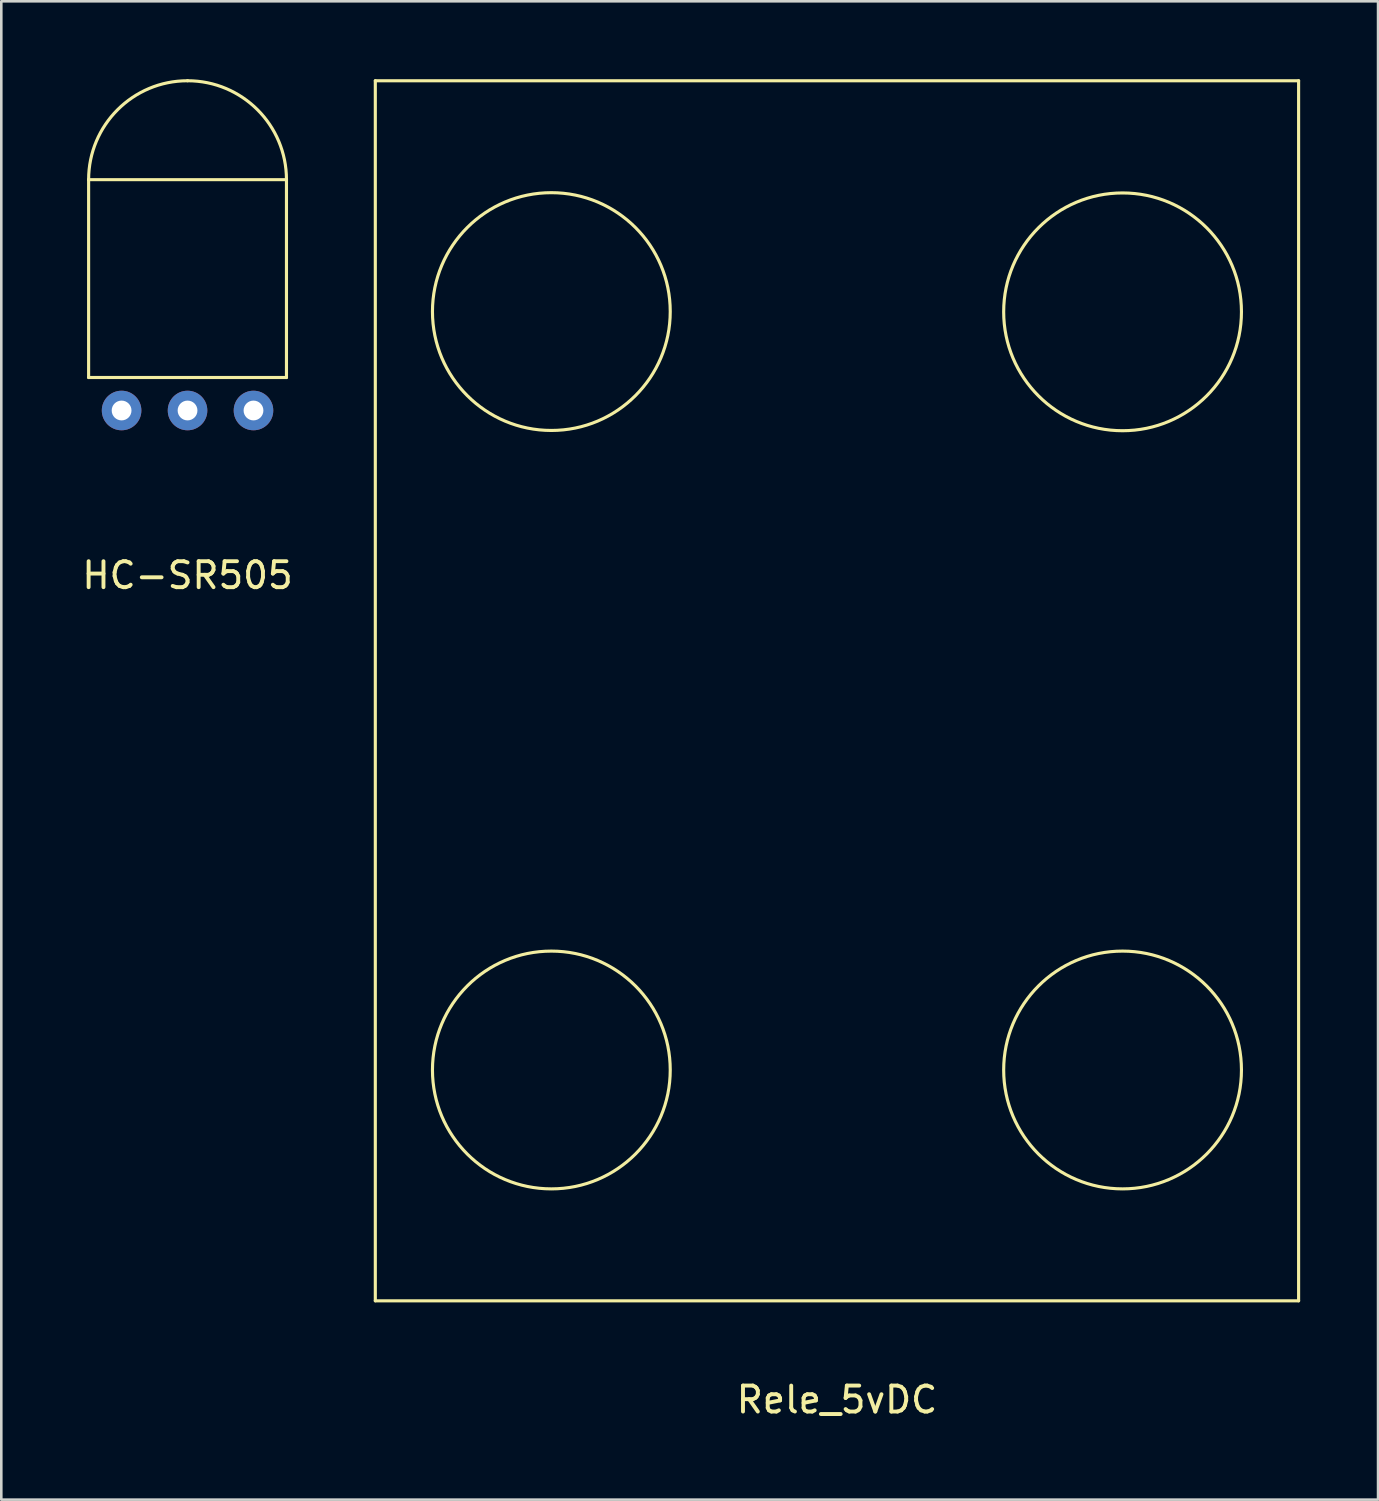
<source format=kicad_pcb>
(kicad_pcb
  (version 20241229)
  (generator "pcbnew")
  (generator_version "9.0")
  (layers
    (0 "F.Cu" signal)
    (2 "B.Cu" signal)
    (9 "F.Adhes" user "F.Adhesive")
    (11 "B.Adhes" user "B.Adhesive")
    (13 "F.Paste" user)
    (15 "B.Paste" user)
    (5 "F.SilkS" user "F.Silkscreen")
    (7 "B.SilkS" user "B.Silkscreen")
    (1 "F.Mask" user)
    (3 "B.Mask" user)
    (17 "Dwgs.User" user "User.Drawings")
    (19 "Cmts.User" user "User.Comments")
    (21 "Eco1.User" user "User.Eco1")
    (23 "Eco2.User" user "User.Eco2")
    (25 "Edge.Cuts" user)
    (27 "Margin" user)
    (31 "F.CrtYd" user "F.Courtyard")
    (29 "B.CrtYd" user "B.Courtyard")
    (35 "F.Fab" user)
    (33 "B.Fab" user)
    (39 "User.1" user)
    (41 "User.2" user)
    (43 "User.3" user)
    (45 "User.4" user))
  (footprint "HC-SR505"
    (layer "F.Cu")
    (at 4.173 6.41)
    (property "Reference" "HC-SR505" (at 0 12.7 0) (layer "F.SilkS") (effects (font (size 1 1) (thickness 0.15))))
    (attr through_hole)
    (fp_line (start -3.81 -2.54) (end 3.81 -2.54) (stroke (width 0.12) (type solid)) (layer "F.SilkS"))
    (fp_line (start -3.81 5.08) (end -3.81 -2.54) (stroke (width 0.12) (type solid)) (layer "F.SilkS"))
    (fp_line (start 0 5.08) (end -3.81 5.08) (stroke (width 0.12) (type solid)) (layer "F.SilkS"))
    (fp_line (start 3.81 -2.54) (end 3.81 5.08) (stroke (width 0.12) (type solid)) (layer "F.SilkS"))
    (fp_line (start 3.81 5.08) (end 0 5.08) (stroke (width 0.12) (type solid)) (layer "F.SilkS"))
    (fp_arc (start -3.81 -2.54) (mid -2.694077 -5.234077) (end 0 -6.35) (stroke (width 0.12) (type solid)) (layer "F.SilkS"))
    (fp_arc (start 0 -6.35) (mid 2.694077 -5.234077) (end 3.81 -2.54) (stroke (width 0.12) (type solid)) (layer "F.SilkS"))
    (pad "1" thru_hole circle (at 0 6.35) (size 1.524 1.524) (drill 0.762) (layers "*.Cu" "*.Mask"))
    (pad "2" thru_hole circle (at 2.54 6.35) (size 1.524 1.524) (drill 0.762) (layers "*.Cu" "*.Mask"))
    (pad "3" thru_hole circle (at -2.54 6.35) (size 1.524 1.524) (drill 0.762) (layers "*.Cu" "*.Mask")))
  (footprint "Rele_5vDC"
    (layer "F.Cu")
    (at 29.185 25.46)
    (property "Reference" "Rele_5vDC" (at 0 25.4 0) (layer "F.SilkS") (effects (font (size 1 1) (thickness 0.15))))
    (attr through_hole)
    (fp_line (start -17.78 -25.4) (end -17.78 21.59) (stroke (width 0.12) (type solid)) (layer "F.SilkS"))
    (fp_line (start -17.78 21.59) (end 17.78 21.59) (stroke (width 0.12) (type solid)) (layer "F.SilkS"))
    (fp_line (start 17.78 -25.4) (end -17.78 -25.4) (stroke (width 0.12) (type solid)) (layer "F.SilkS"))
    (fp_line (start 17.78 21.59) (end 17.78 -25.4) (stroke (width 0.12) (type solid)) (layer "F.SilkS"))
    (fp_circle (center -11 -16.51) (end -6.421 -16.51) (stroke (width 0.12) (type solid)) (fill no) (layer "F.SilkS"))
    (fp_circle (center -11 12.7) (end -6.421 12.7) (stroke (width 0.12) (type solid)) (fill no) (layer "F.SilkS"))
    (fp_circle (center 11 -16.5) (end 15.579 -16.5) (stroke (width 0.12) (type solid)) (fill no) (layer "F.SilkS"))
    (fp_circle (center 11 12.7) (end 15.579 12.7) (stroke (width 0.12) (type solid)) (fill no) (layer "F.SilkS")))
  (gr_rect
    (start -3 -3)
    (end 50.025 54.708)
    (stroke (width 0.1) (type default))
    (fill no)
    (layer "Edge.Cuts")))
</source>
